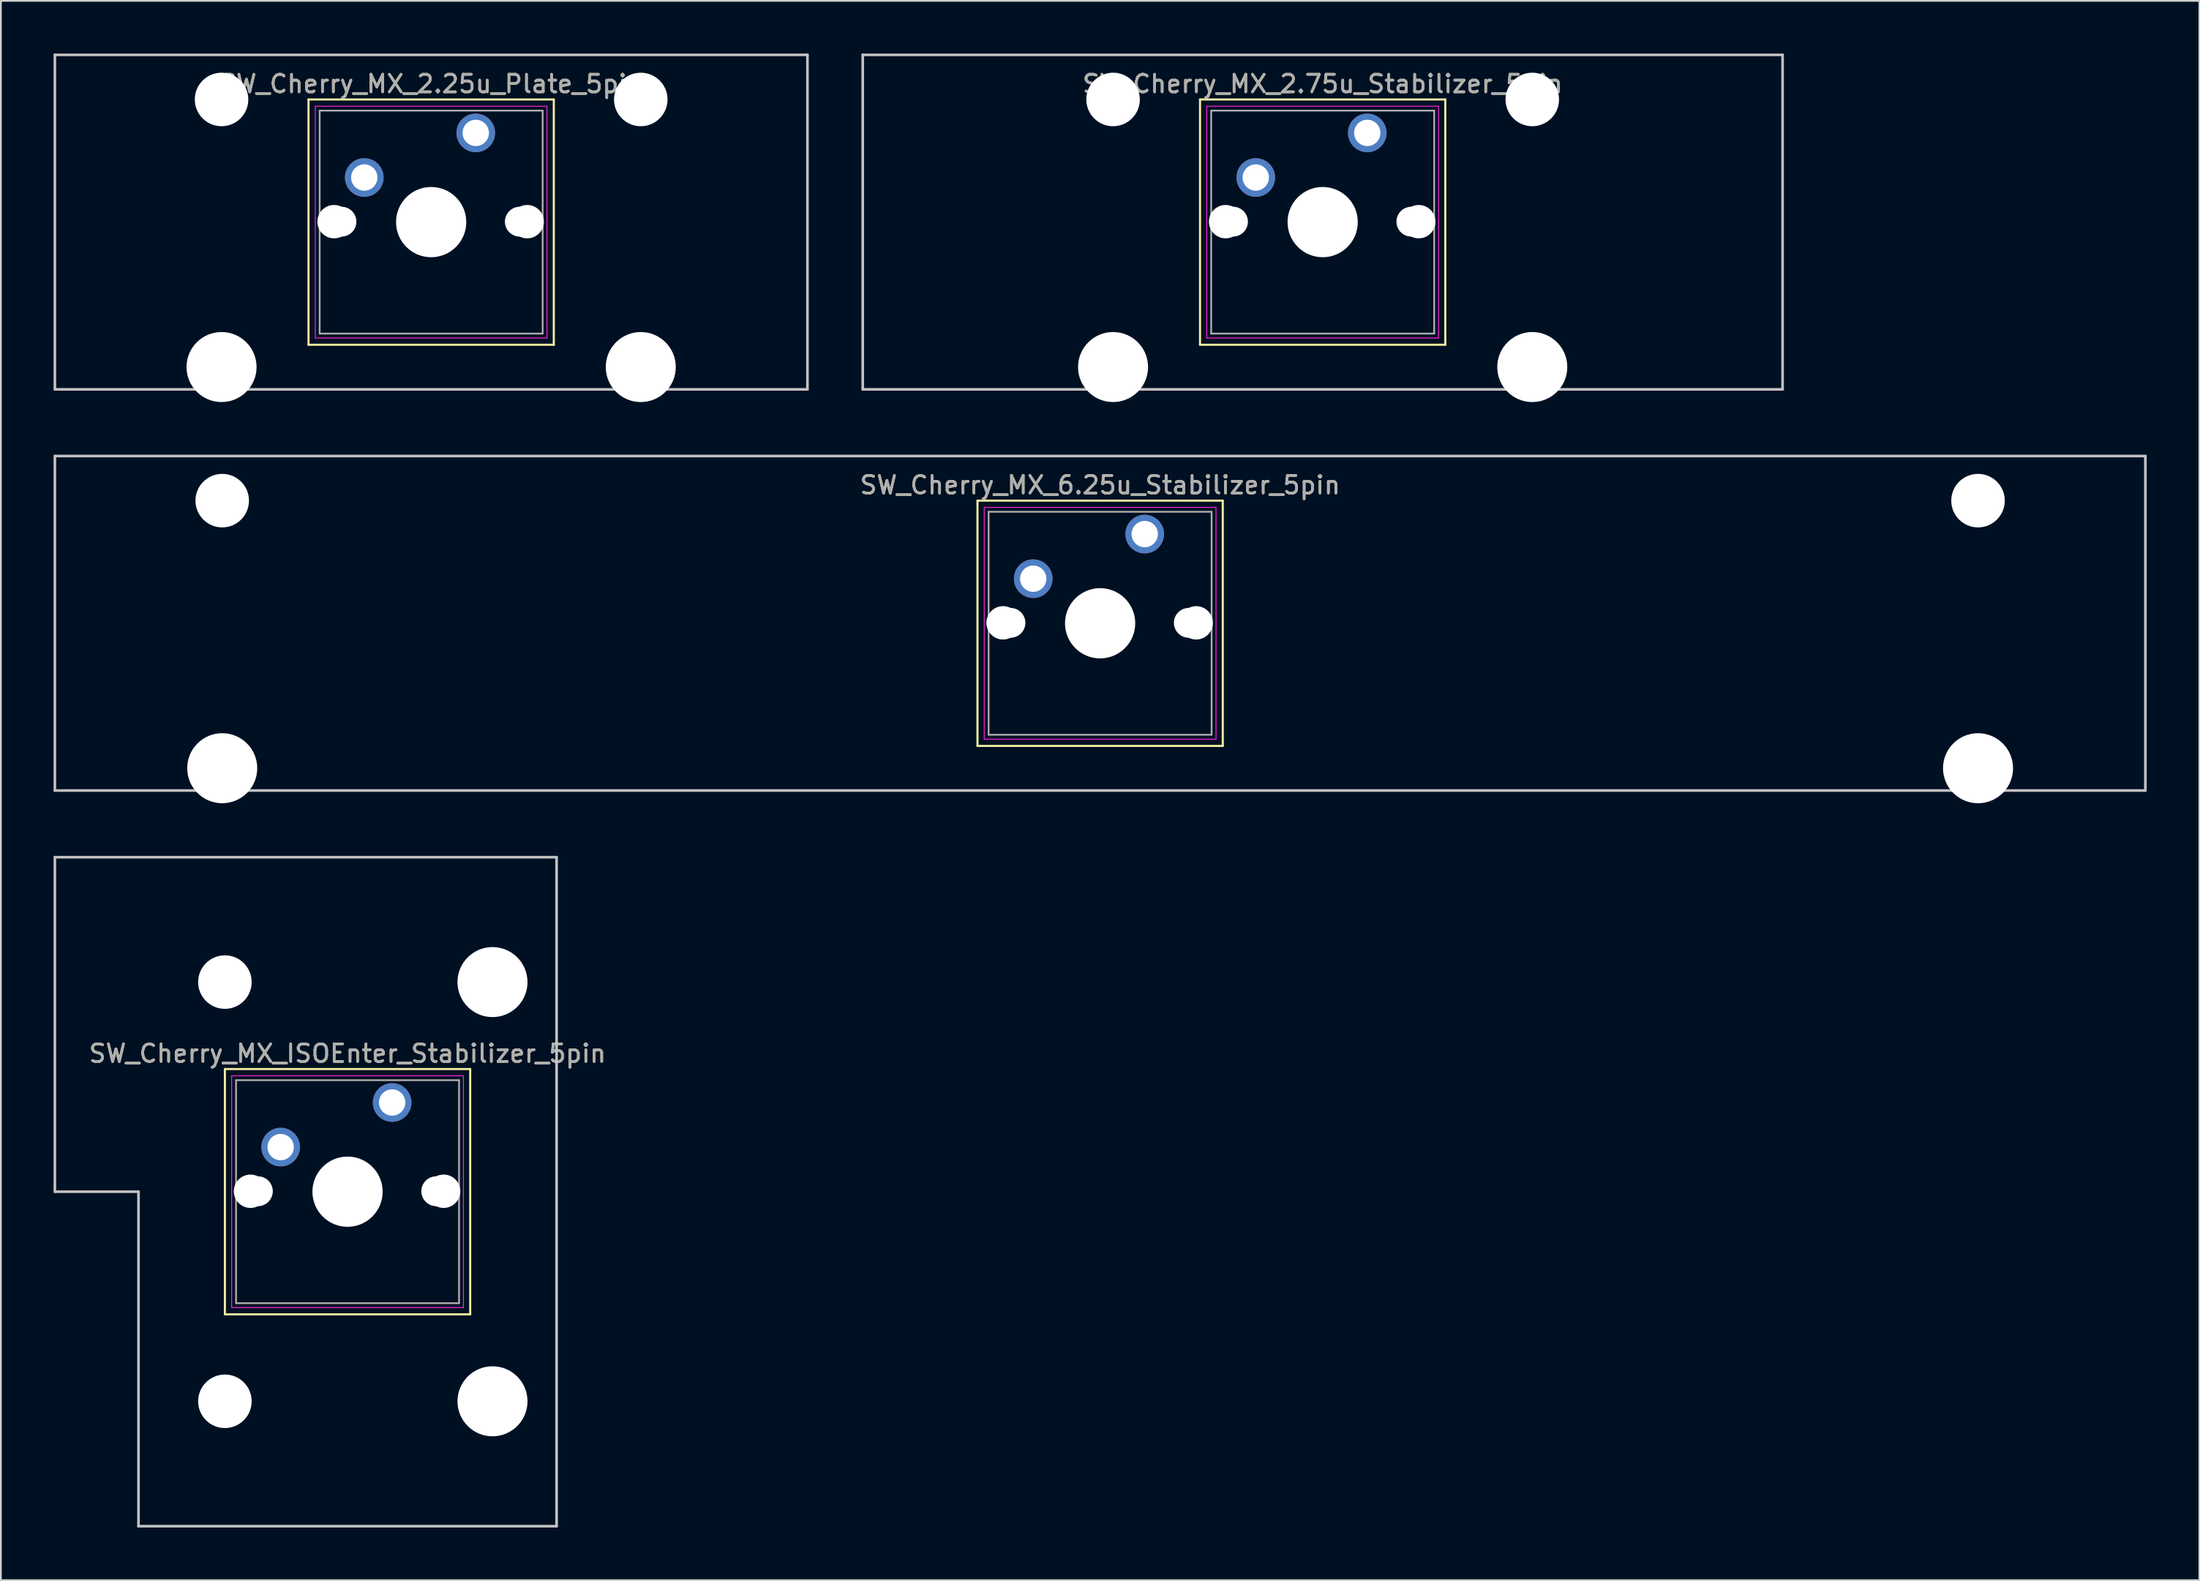
<source format=kicad_pcb>
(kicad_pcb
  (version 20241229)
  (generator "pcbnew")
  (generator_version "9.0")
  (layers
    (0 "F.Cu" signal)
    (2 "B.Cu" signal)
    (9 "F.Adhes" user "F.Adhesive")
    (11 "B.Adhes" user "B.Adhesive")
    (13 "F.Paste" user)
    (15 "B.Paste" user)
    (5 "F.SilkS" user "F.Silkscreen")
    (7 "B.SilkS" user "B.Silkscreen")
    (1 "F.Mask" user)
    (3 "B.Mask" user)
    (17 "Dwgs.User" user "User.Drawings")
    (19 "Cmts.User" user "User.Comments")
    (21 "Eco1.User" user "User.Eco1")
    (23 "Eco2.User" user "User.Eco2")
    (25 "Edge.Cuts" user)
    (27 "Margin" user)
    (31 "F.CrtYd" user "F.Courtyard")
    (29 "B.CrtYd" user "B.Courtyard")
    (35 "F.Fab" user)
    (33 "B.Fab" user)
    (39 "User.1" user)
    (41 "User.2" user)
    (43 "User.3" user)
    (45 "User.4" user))
  (footprint "SW_Cherry_MX_2.75u_Stabilizer_5pin"
    (layer "F.Cu")
    (at 74.821 4.52)
    (property "Reference" "SW_Cherry_MX_2.75u_Stabilizer_5pin" (at -2.54 -2.794 0) (layer "F.SilkS") (effects (font (size 1 1) (thickness 0.15))))
    (attr through_hole)
    (fp_line (start -9.525 -1.905) (end 4.445 -1.905) (stroke (width 0.12) (type solid)) (layer "F.SilkS"))
    (fp_line (start -9.525 12.065) (end -9.525 -1.905) (stroke (width 0.12) (type solid)) (layer "F.SilkS"))
    (fp_line (start 4.445 -1.905) (end 4.445 12.065) (stroke (width 0.12) (type solid)) (layer "F.SilkS"))
    (fp_line (start 4.445 12.065) (end -9.525 12.065) (stroke (width 0.12) (type solid)) (layer "F.SilkS"))
    (fp_line (start -28.734 -4.445) (end 23.654 -4.445) (stroke (width 0.15) (type solid)) (layer "Dwgs.User"))
    (fp_line (start -28.734 14.605) (end -28.734 -4.445) (stroke (width 0.15) (type solid)) (layer "Dwgs.User"))
    (fp_line (start 23.654 -4.445) (end 23.654 14.605) (stroke (width 0.15) (type solid)) (layer "Dwgs.User"))
    (fp_line (start 23.654 14.605) (end -28.734 14.605) (stroke (width 0.15) (type solid)) (layer "Dwgs.User"))
    (fp_line (start -9.14 -1.52) (end 4.06 -1.52) (stroke (width 0.05) (type solid)) (layer "F.CrtYd"))
    (fp_line (start -9.14 11.68) (end -9.14 -1.52) (stroke (width 0.05) (type solid)) (layer "F.CrtYd"))
    (fp_line (start 4.06 -1.52) (end 4.06 11.68) (stroke (width 0.05) (type solid)) (layer "F.CrtYd"))
    (fp_line (start 4.06 11.68) (end -9.14 11.68) (stroke (width 0.05) (type solid)) (layer "F.CrtYd"))
    (fp_line (start -8.89 -1.27) (end 3.81 -1.27) (stroke (width 0.1) (type solid)) (layer "F.Fab"))
    (fp_line (start -8.89 11.43) (end -8.89 -1.27) (stroke (width 0.1) (type solid)) (layer "F.Fab"))
    (fp_line (start 3.81 -1.27) (end 3.81 11.43) (stroke (width 0.1) (type solid)) (layer "F.Fab"))
    (fp_line (start 3.81 11.43) (end -8.89 11.43) (stroke (width 0.1) (type solid)) (layer "F.Fab"))
    (fp_text user "${REFERENCE}" (at -2.54 -2.794 0) (layer "F.Fab") (effects (font (size 1 1) (thickness 0.15))))
    (pad "" np_thru_hole circle (at -14.478 -1.905) (size 3.048 3.048) (drill 3.048) (layers "*.Cu" "*.Mask"))
    (pad "" np_thru_hole circle (at -14.478 13.335) (size 3.988 3.988) (drill 3.988) (layers "*.Cu" "*.Mask"))
    (pad "" np_thru_hole circle (at -8.068 5.055 90) (size 1.9 1.9) (drill 1.9) (layers "*.Cu" "*.Mask"))
    (pad "" np_thru_hole circle (at -7.648 5.055) (size 1.7 1.7) (drill 1.7) (layers "*.Cu" "*.Mask"))
    (pad "" np_thru_hole circle (at -2.54 5.08) (size 4 4) (drill 4) (layers "*.Cu" "*.Mask"))
    (pad "" np_thru_hole circle (at 2.512 5.055) (size 1.7 1.7) (drill 1.7) (layers "*.Cu" "*.Mask"))
    (pad "" np_thru_hole circle (at 2.932 5.055 90) (size 1.9 1.9) (drill 1.9) (layers "*.Cu" "*.Mask"))
    (pad "" np_thru_hole circle (at 9.398 -1.905) (size 3.048 3.048) (drill 3.048) (layers "*.Cu" "*.Mask"))
    (pad "" np_thru_hole circle (at 9.398 13.335) (size 3.988 3.988) (drill 3.988) (layers "*.Cu" "*.Mask"))
    (pad "1" thru_hole circle (at 0 0) (size 2.2 2.2) (drill 1.5) (layers "*.Cu" "*.Mask"))
    (pad "2" thru_hole circle (at -6.35 2.54) (size 2.2 2.2) (drill 1.5) (layers "*.Cu" "*.Mask")))
  (footprint "SW_Cherry_MX_2.25u_Plate_5pin"
    (layer "F.Cu")
    (at 24.046 4.52)
    (property "Reference" "SW_Cherry_MX_2.25u_Plate_5pin" (at -2.54 -2.794 0) (layer "F.SilkS") (effects (font (size 1 1) (thickness 0.15))))
    (attr through_hole)
    (fp_line (start -9.525 -1.905) (end 4.445 -1.905) (stroke (width 0.12) (type solid)) (layer "F.SilkS"))
    (fp_line (start -9.525 12.065) (end -9.525 -1.905) (stroke (width 0.12) (type solid)) (layer "F.SilkS"))
    (fp_line (start 4.445 -1.905) (end 4.445 12.065) (stroke (width 0.12) (type solid)) (layer "F.SilkS"))
    (fp_line (start 4.445 12.065) (end -9.525 12.065) (stroke (width 0.12) (type solid)) (layer "F.SilkS"))
    (fp_line (start -23.971 -4.445) (end 18.891 -4.445) (stroke (width 0.15) (type solid)) (layer "Dwgs.User"))
    (fp_line (start -23.971 14.605) (end -23.971 -4.445) (stroke (width 0.15) (type solid)) (layer "Dwgs.User"))
    (fp_line (start 18.891 -4.445) (end 18.891 14.605) (stroke (width 0.15) (type solid)) (layer "Dwgs.User"))
    (fp_line (start 18.891 14.605) (end -23.971 14.605) (stroke (width 0.15) (type solid)) (layer "Dwgs.User"))
    (fp_line (start -9.14 -1.52) (end 4.06 -1.52) (stroke (width 0.05) (type solid)) (layer "F.CrtYd"))
    (fp_line (start -9.14 11.68) (end -9.14 -1.52) (stroke (width 0.05) (type solid)) (layer "F.CrtYd"))
    (fp_line (start 4.06 -1.52) (end 4.06 11.68) (stroke (width 0.05) (type solid)) (layer "F.CrtYd"))
    (fp_line (start 4.06 11.68) (end -9.14 11.68) (stroke (width 0.05) (type solid)) (layer "F.CrtYd"))
    (fp_line (start -8.89 -1.27) (end 3.81 -1.27) (stroke (width 0.1) (type solid)) (layer "F.Fab"))
    (fp_line (start -8.89 11.43) (end -8.89 -1.27) (stroke (width 0.1) (type solid)) (layer "F.Fab"))
    (fp_line (start 3.81 -1.27) (end 3.81 11.43) (stroke (width 0.1) (type solid)) (layer "F.Fab"))
    (fp_line (start 3.81 11.43) (end -8.89 11.43) (stroke (width 0.1) (type solid)) (layer "F.Fab"))
    (fp_text user "${REFERENCE}" (at -2.54 -2.794 0) (layer "F.Fab") (effects (font (size 1 1) (thickness 0.15))))
    (pad "" np_thru_hole circle (at -14.478 -1.905) (size 3.048 3.048) (drill 3.048) (layers "*.Cu" "*.Mask"))
    (pad "" np_thru_hole circle (at -14.478 13.335) (size 3.988 3.988) (drill 3.988) (layers "*.Cu" "*.Mask"))
    (pad "" np_thru_hole circle (at -8.07 5.055 90) (size 1.9 1.9) (drill 1.9) (layers "*.Cu" "*.Mask"))
    (pad "" np_thru_hole circle (at -7.65 5.055) (size 1.7 1.7) (drill 1.7) (layers "*.Cu" "*.Mask"))
    (pad "" np_thru_hole circle (at -2.54 5.08) (size 4 4) (drill 4) (layers "*.Cu" "*.Mask"))
    (pad "" np_thru_hole circle (at 2.51 5.055) (size 1.7 1.7) (drill 1.7) (layers "*.Cu" "*.Mask"))
    (pad "" np_thru_hole circle (at 2.93 5.055 90) (size 1.9 1.9) (drill 1.9) (layers "*.Cu" "*.Mask"))
    (pad "" np_thru_hole circle (at 9.398 -1.905) (size 3.048 3.048) (drill 3.048) (layers "*.Cu" "*.Mask"))
    (pad "" np_thru_hole circle (at 9.398 13.335) (size 3.988 3.988) (drill 3.988) (layers "*.Cu" "*.Mask"))
    (pad "1" thru_hole circle (at 0 0) (size 2.2 2.2) (drill 1.5) (layers "*.Cu" "*.Mask"))
    (pad "2" thru_hole circle (at -6.35 2.54) (size 2.2 2.2) (drill 1.5) (layers "*.Cu" "*.Mask")))
  (footprint "SW_Cherry_MX_ISOEnter_Stabilizer_5pin"
    (layer "F.Cu")
    (at 19.284 59.743)
    (property "Reference" "SW_Cherry_MX_ISOEnter_Stabilizer_5pin" (at -2.54 -2.794 0) (layer "F.SilkS") (effects (font (size 1 1) (thickness 0.15))))
    (attr through_hole)
    (fp_line (start -9.525 -1.905) (end 4.445 -1.905) (stroke (width 0.12) (type solid)) (layer "F.SilkS"))
    (fp_line (start -9.525 12.065) (end -9.525 -1.905) (stroke (width 0.12) (type solid)) (layer "F.SilkS"))
    (fp_line (start 4.445 -1.905) (end 4.445 12.065) (stroke (width 0.12) (type solid)) (layer "F.SilkS"))
    (fp_line (start 4.445 12.065) (end -9.525 12.065) (stroke (width 0.12) (type solid)) (layer "F.SilkS"))
    (fp_line (start -19.209 -13.97) (end 9.366 -13.97) (stroke (width 0.15) (type solid)) (layer "Dwgs.User"))
    (fp_line (start -19.209 5.08) (end -19.209 -13.97) (stroke (width 0.15) (type solid)) (layer "Dwgs.User"))
    (fp_line (start -14.446 5.08) (end -19.209 5.08) (stroke (width 0.15) (type solid)) (layer "Dwgs.User"))
    (fp_line (start -14.446 24.13) (end -14.446 5.08) (stroke (width 0.15) (type solid)) (layer "Dwgs.User"))
    (fp_line (start 9.366 -13.97) (end 9.366 24.13) (stroke (width 0.15) (type solid)) (layer "Dwgs.User"))
    (fp_line (start 9.366 24.13) (end -14.446 24.13) (stroke (width 0.15) (type solid)) (layer "Dwgs.User"))
    (fp_line (start -9.14 -1.52) (end 4.06 -1.52) (stroke (width 0.05) (type solid)) (layer "F.CrtYd"))
    (fp_line (start -9.14 11.68) (end -9.14 -1.52) (stroke (width 0.05) (type solid)) (layer "F.CrtYd"))
    (fp_line (start 4.06 -1.52) (end 4.06 11.68) (stroke (width 0.05) (type solid)) (layer "F.CrtYd"))
    (fp_line (start 4.06 11.68) (end -9.14 11.68) (stroke (width 0.05) (type solid)) (layer "F.CrtYd"))
    (fp_line (start -8.89 -1.27) (end 3.81 -1.27) (stroke (width 0.1) (type solid)) (layer "F.Fab"))
    (fp_line (start -8.89 11.43) (end -8.89 -1.27) (stroke (width 0.1) (type solid)) (layer "F.Fab"))
    (fp_line (start 3.81 -1.27) (end 3.81 11.43) (stroke (width 0.1) (type solid)) (layer "F.Fab"))
    (fp_line (start 3.81 11.43) (end -8.89 11.43) (stroke (width 0.1) (type solid)) (layer "F.Fab"))
    (fp_text user "${REFERENCE}" (at -2.54 -2.794 0) (layer "F.Fab") (effects (font (size 1 1) (thickness 0.15))))
    (pad "" np_thru_hole circle (at -9.525 -6.858) (size 3.048 3.048) (drill 3.048) (layers "*.Cu" "*.Mask"))
    (pad "" np_thru_hole circle (at -9.525 17.018) (size 3.048 3.048) (drill 3.048) (layers "*.Cu" "*.Mask"))
    (pad "" np_thru_hole circle (at -8.068 5.055 90) (size 1.9 1.9) (drill 1.9) (layers "*.Cu" "*.Mask"))
    (pad "" np_thru_hole circle (at -7.648 5.055) (size 1.7 1.7) (drill 1.7) (layers "*.Cu" "*.Mask"))
    (pad "" np_thru_hole circle (at -2.54 5.08) (size 4 4) (drill 4) (layers "*.Cu" "*.Mask"))
    (pad "" np_thru_hole circle (at 2.512 5.055) (size 1.7 1.7) (drill 1.7) (layers "*.Cu" "*.Mask"))
    (pad "" np_thru_hole circle (at 2.932 5.055 90) (size 1.9 1.9) (drill 1.9) (layers "*.Cu" "*.Mask"))
    (pad "" np_thru_hole circle (at 5.715 -6.858) (size 3.988 3.988) (drill 3.988) (layers "*.Cu" "*.Mask"))
    (pad "" np_thru_hole circle (at 5.715 17.018) (size 3.988 3.988) (drill 3.988) (layers "*.Cu" "*.Mask"))
    (pad "1" thru_hole circle (at 0 0) (size 2.2 2.2) (drill 1.5) (layers "*.Cu" "*.Mask"))
    (pad "2" thru_hole circle (at -6.35 2.54) (size 2.2 2.2) (drill 1.5) (layers "*.Cu" "*.Mask")))
  (footprint "SW_Cherry_MX_6.25u_Stabilizer_5pin"
    (layer "F.Cu")
    (at 62.146 27.369)
    (property "Reference" "SW_Cherry_MX_6.25u_Stabilizer_5pin" (at -2.54 -2.794 0) (layer "F.SilkS") (effects (font (size 1 1) (thickness 0.15))))
    (attr through_hole)
    (fp_line (start -9.525 -1.905) (end 4.445 -1.905) (stroke (width 0.12) (type solid)) (layer "F.SilkS"))
    (fp_line (start -9.525 12.065) (end -9.525 -1.905) (stroke (width 0.12) (type solid)) (layer "F.SilkS"))
    (fp_line (start 4.445 -1.905) (end 4.445 12.065) (stroke (width 0.12) (type solid)) (layer "F.SilkS"))
    (fp_line (start 4.445 12.065) (end -9.525 12.065) (stroke (width 0.12) (type solid)) (layer "F.SilkS"))
    (fp_line (start -62.071 -4.445) (end 56.991 -4.445) (stroke (width 0.15) (type solid)) (layer "Dwgs.User"))
    (fp_line (start -62.071 14.605) (end -62.071 -4.445) (stroke (width 0.15) (type solid)) (layer "Dwgs.User"))
    (fp_line (start 56.991 -4.445) (end 56.991 14.605) (stroke (width 0.15) (type solid)) (layer "Dwgs.User"))
    (fp_line (start 56.991 14.605) (end -62.071 14.605) (stroke (width 0.15) (type solid)) (layer "Dwgs.User"))
    (fp_line (start -9.14 -1.52) (end 4.06 -1.52) (stroke (width 0.05) (type solid)) (layer "F.CrtYd"))
    (fp_line (start -9.14 11.68) (end -9.14 -1.52) (stroke (width 0.05) (type solid)) (layer "F.CrtYd"))
    (fp_line (start 4.06 -1.52) (end 4.06 11.68) (stroke (width 0.05) (type solid)) (layer "F.CrtYd"))
    (fp_line (start 4.06 11.68) (end -9.14 11.68) (stroke (width 0.05) (type solid)) (layer "F.CrtYd"))
    (fp_line (start -8.89 -1.27) (end 3.81 -1.27) (stroke (width 0.1) (type solid)) (layer "F.Fab"))
    (fp_line (start -8.89 11.43) (end -8.89 -1.27) (stroke (width 0.1) (type solid)) (layer "F.Fab"))
    (fp_line (start 3.81 -1.27) (end 3.81 11.43) (stroke (width 0.1) (type solid)) (layer "F.Fab"))
    (fp_line (start 3.81 11.43) (end -8.89 11.43) (stroke (width 0.1) (type solid)) (layer "F.Fab"))
    (fp_text user "${REFERENCE}" (at -2.54 -2.794 0) (layer "F.Fab") (effects (font (size 1 1) (thickness 0.15))))
    (pad "" np_thru_hole circle (at -52.54 -1.905) (size 3.048 3.048) (drill 3.048) (layers "*.Cu" "*.Mask"))
    (pad "" np_thru_hole circle (at -52.54 13.335) (size 3.988 3.988) (drill 3.988) (layers "*.Cu" "*.Mask"))
    (pad "" np_thru_hole circle (at -8.068 5.055 90) (size 1.9 1.9) (drill 1.9) (layers "*.Cu" "*.Mask"))
    (pad "" np_thru_hole circle (at -7.648 5.055) (size 1.7 1.7) (drill 1.7) (layers "*.Cu" "*.Mask"))
    (pad "" np_thru_hole circle (at -2.54 5.08) (size 4 4) (drill 4) (layers "*.Cu" "*.Mask"))
    (pad "" np_thru_hole circle (at 2.512 5.055) (size 1.7 1.7) (drill 1.7) (layers "*.Cu" "*.Mask"))
    (pad "" np_thru_hole circle (at 2.932 5.055 90) (size 1.9 1.9) (drill 1.9) (layers "*.Cu" "*.Mask"))
    (pad "" np_thru_hole circle (at 47.46 -1.905) (size 3.048 3.048) (drill 3.048) (layers "*.Cu" "*.Mask"))
    (pad "" np_thru_hole circle (at 47.46 13.335) (size 3.988 3.988) (drill 3.988) (layers "*.Cu" "*.Mask"))
    (pad "1" thru_hole circle (at 0 0) (size 2.2 2.2) (drill 1.5) (layers "*.Cu" "*.Mask"))
    (pad "2" thru_hole circle (at -6.35 2.54) (size 2.2 2.2) (drill 1.5) (layers "*.Cu" "*.Mask")))
  (gr_rect
    (start -3 -3)
    (end 122.213 86.948)
    (stroke (width 0.1) (type default))
    (fill no)
    (layer "Edge.Cuts")))
</source>
